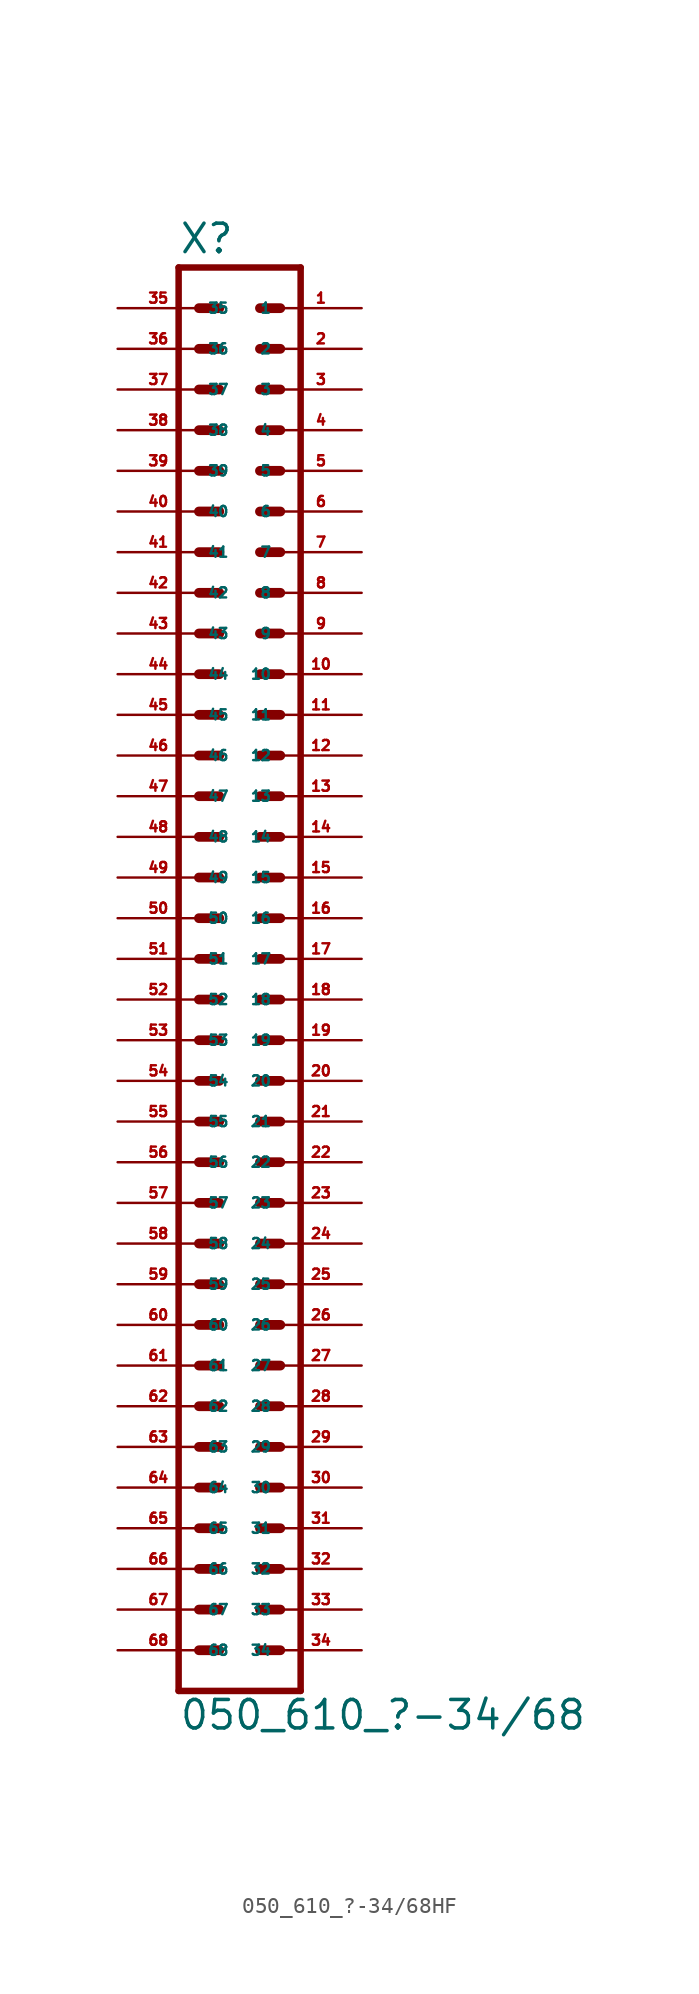
<source format=kicad_sym>
(kicad_symbol_lib
  (version 20220914)
  (generator Eagle2Kicad)
  (symbol "050_610_?-34/68HF"
    (property "Reference" "X"
      (at -3.81 43.942 0)
      (effects (font (size 1.778 1.778) (thickness 0.22)) (justify left bottom)))
    (property "Value" "050_610_?-34/68"
      (at -3.81 -48.26 0)
      (effects (font (size 1.778 1.778) (thickness 0.22)) (justify left bottom)))
    (polyline
      (pts (xy 3.81 -45.72) (xy -3.81 -45.72))
      (stroke (width 0.406) (type default))
      (fill (type none)))
    (polyline
      (pts (xy -3.81 43.18) (xy -3.81 -45.72))
      (stroke (width 0.406) (type default))
      (fill (type none)))
    (polyline
      (pts (xy 3.81 -45.72) (xy 3.81 43.18))
      (stroke (width 0.406) (type default))
      (fill (type none)))
    (polyline
      (pts (xy -3.81 43.18) (xy 3.81 43.18))
      (stroke (width 0.406) (type default))
      (fill (type none)))
    (polyline
      (pts (xy 1.27 40.64) (xy 2.54 40.64))
      (stroke (width 0.61) (type default))
      (fill (type none)))
    (polyline
      (pts (xy 1.27 38.1) (xy 2.54 38.1))
      (stroke (width 0.61) (type default))
      (fill (type none)))
    (polyline
      (pts (xy 1.27 35.56) (xy 2.54 35.56))
      (stroke (width 0.61) (type default))
      (fill (type none)))
    (polyline
      (pts (xy 1.27 33.02) (xy 2.54 33.02))
      (stroke (width 0.61) (type default))
      (fill (type none)))
    (polyline
      (pts (xy 1.27 30.48) (xy 2.54 30.48))
      (stroke (width 0.61) (type default))
      (fill (type none)))
    (polyline
      (pts (xy 1.27 27.94) (xy 2.54 27.94))
      (stroke (width 0.61) (type default))
      (fill (type none)))
    (polyline
      (pts (xy 1.27 25.4) (xy 2.54 25.4))
      (stroke (width 0.61) (type default))
      (fill (type none)))
    (polyline
      (pts (xy 1.27 22.86) (xy 2.54 22.86))
      (stroke (width 0.61) (type default))
      (fill (type none)))
    (polyline
      (pts (xy 1.27 20.32) (xy 2.54 20.32))
      (stroke (width 0.61) (type default))
      (fill (type none)))
    (polyline
      (pts (xy 1.27 17.78) (xy 2.54 17.78))
      (stroke (width 0.61) (type default))
      (fill (type none)))
    (polyline
      (pts (xy 1.27 15.24) (xy 2.54 15.24))
      (stroke (width 0.61) (type default))
      (fill (type none)))
    (polyline
      (pts (xy 1.27 12.7) (xy 2.54 12.7))
      (stroke (width 0.61) (type default))
      (fill (type none)))
    (polyline
      (pts (xy 1.27 10.16) (xy 2.54 10.16))
      (stroke (width 0.61) (type default))
      (fill (type none)))
    (polyline
      (pts (xy 1.27 7.62) (xy 2.54 7.62))
      (stroke (width 0.61) (type default))
      (fill (type none)))
    (polyline
      (pts (xy 1.27 5.08) (xy 2.54 5.08))
      (stroke (width 0.61) (type default))
      (fill (type none)))
    (polyline
      (pts (xy 1.27 2.54) (xy 2.54 2.54))
      (stroke (width 0.61) (type default))
      (fill (type none)))
    (polyline
      (pts (xy 1.27 0) (xy 2.54 0))
      (stroke (width 0.61) (type default))
      (fill (type none)))
    (polyline
      (pts (xy 1.27 -2.54) (xy 2.54 -2.54))
      (stroke (width 0.61) (type default))
      (fill (type none)))
    (polyline
      (pts (xy 1.27 -5.08) (xy 2.54 -5.08))
      (stroke (width 0.61) (type default))
      (fill (type none)))
    (polyline
      (pts (xy 1.27 -7.62) (xy 2.54 -7.62))
      (stroke (width 0.61) (type default))
      (fill (type none)))
    (polyline
      (pts (xy 1.27 -10.16) (xy 2.54 -10.16))
      (stroke (width 0.61) (type default))
      (fill (type none)))
    (polyline
      (pts (xy 1.27 -12.7) (xy 2.54 -12.7))
      (stroke (width 0.61) (type default))
      (fill (type none)))
    (polyline
      (pts (xy 1.27 -15.24) (xy 2.54 -15.24))
      (stroke (width 0.61) (type default))
      (fill (type none)))
    (polyline
      (pts (xy 1.27 -17.78) (xy 2.54 -17.78))
      (stroke (width 0.61) (type default))
      (fill (type none)))
    (polyline
      (pts (xy 1.27 -20.32) (xy 2.54 -20.32))
      (stroke (width 0.61) (type default))
      (fill (type none)))
    (polyline
      (pts (xy 1.27 -22.86) (xy 2.54 -22.86))
      (stroke (width 0.61) (type default))
      (fill (type none)))
    (polyline
      (pts (xy 1.27 -25.4) (xy 2.54 -25.4))
      (stroke (width 0.61) (type default))
      (fill (type none)))
    (polyline
      (pts (xy 1.27 -27.94) (xy 2.54 -27.94))
      (stroke (width 0.61) (type default))
      (fill (type none)))
    (polyline
      (pts (xy 1.27 -30.48) (xy 2.54 -30.48))
      (stroke (width 0.61) (type default))
      (fill (type none)))
    (polyline
      (pts (xy 1.27 -33.02) (xy 2.54 -33.02))
      (stroke (width 0.61) (type default))
      (fill (type none)))
    (polyline
      (pts (xy 1.27 -35.56) (xy 2.54 -35.56))
      (stroke (width 0.61) (type default))
      (fill (type none)))
    (polyline
      (pts (xy 1.27 -38.1) (xy 2.54 -38.1))
      (stroke (width 0.61) (type default))
      (fill (type none)))
    (polyline
      (pts (xy 1.27 -40.64) (xy 2.54 -40.64))
      (stroke (width 0.61) (type default))
      (fill (type none)))
    (polyline
      (pts (xy 1.27 -43.18) (xy 2.54 -43.18))
      (stroke (width 0.61) (type default))
      (fill (type none)))
    (polyline
      (pts (xy -1.27 40.64) (xy -2.54 40.64))
      (stroke (width 0.61) (type default))
      (fill (type none)))
    (polyline
      (pts (xy -1.27 38.1) (xy -2.54 38.1))
      (stroke (width 0.61) (type default))
      (fill (type none)))
    (polyline
      (pts (xy -1.27 35.56) (xy -2.54 35.56))
      (stroke (width 0.61) (type default))
      (fill (type none)))
    (polyline
      (pts (xy -1.27 33.02) (xy -2.54 33.02))
      (stroke (width 0.61) (type default))
      (fill (type none)))
    (polyline
      (pts (xy -1.27 30.48) (xy -2.54 30.48))
      (stroke (width 0.61) (type default))
      (fill (type none)))
    (polyline
      (pts (xy -1.27 27.94) (xy -2.54 27.94))
      (stroke (width 0.61) (type default))
      (fill (type none)))
    (polyline
      (pts (xy -1.27 25.4) (xy -2.54 25.4))
      (stroke (width 0.61) (type default))
      (fill (type none)))
    (polyline
      (pts (xy -1.27 22.86) (xy -2.54 22.86))
      (stroke (width 0.61) (type default))
      (fill (type none)))
    (polyline
      (pts (xy -1.27 20.32) (xy -2.54 20.32))
      (stroke (width 0.61) (type default))
      (fill (type none)))
    (polyline
      (pts (xy -1.27 17.78) (xy -2.54 17.78))
      (stroke (width 0.61) (type default))
      (fill (type none)))
    (polyline
      (pts (xy -1.27 15.24) (xy -2.54 15.24))
      (stroke (width 0.61) (type default))
      (fill (type none)))
    (polyline
      (pts (xy -1.27 12.7) (xy -2.54 12.7))
      (stroke (width 0.61) (type default))
      (fill (type none)))
    (polyline
      (pts (xy -1.27 10.16) (xy -2.54 10.16))
      (stroke (width 0.61) (type default))
      (fill (type none)))
    (polyline
      (pts (xy -1.27 7.62) (xy -2.54 7.62))
      (stroke (width 0.61) (type default))
      (fill (type none)))
    (polyline
      (pts (xy -1.27 5.08) (xy -2.54 5.08))
      (stroke (width 0.61) (type default))
      (fill (type none)))
    (polyline
      (pts (xy -1.27 2.54) (xy -2.54 2.54))
      (stroke (width 0.61) (type default))
      (fill (type none)))
    (polyline
      (pts (xy -1.27 0) (xy -2.54 0))
      (stroke (width 0.61) (type default))
      (fill (type none)))
    (polyline
      (pts (xy -1.27 -2.54) (xy -2.54 -2.54))
      (stroke (width 0.61) (type default))
      (fill (type none)))
    (polyline
      (pts (xy -1.27 -5.08) (xy -2.54 -5.08))
      (stroke (width 0.61) (type default))
      (fill (type none)))
    (polyline
      (pts (xy -1.27 -7.62) (xy -2.54 -7.62))
      (stroke (width 0.61) (type default))
      (fill (type none)))
    (polyline
      (pts (xy -1.27 -10.16) (xy -2.54 -10.16))
      (stroke (width 0.61) (type default))
      (fill (type none)))
    (polyline
      (pts (xy -1.27 -12.7) (xy -2.54 -12.7))
      (stroke (width 0.61) (type default))
      (fill (type none)))
    (polyline
      (pts (xy -1.27 -15.24) (xy -2.54 -15.24))
      (stroke (width 0.61) (type default))
      (fill (type none)))
    (polyline
      (pts (xy -1.27 -17.78) (xy -2.54 -17.78))
      (stroke (width 0.61) (type default))
      (fill (type none)))
    (polyline
      (pts (xy -1.27 -20.32) (xy -2.54 -20.32))
      (stroke (width 0.61) (type default))
      (fill (type none)))
    (polyline
      (pts (xy -1.27 -22.86) (xy -2.54 -22.86))
      (stroke (width 0.61) (type default))
      (fill (type none)))
    (polyline
      (pts (xy -1.27 -25.4) (xy -2.54 -25.4))
      (stroke (width 0.61) (type default))
      (fill (type none)))
    (polyline
      (pts (xy -1.27 -27.94) (xy -2.54 -27.94))
      (stroke (width 0.61) (type default))
      (fill (type none)))
    (polyline
      (pts (xy -1.27 -30.48) (xy -2.54 -30.48))
      (stroke (width 0.61) (type default))
      (fill (type none)))
    (polyline
      (pts (xy -1.27 -33.02) (xy -2.54 -33.02))
      (stroke (width 0.61) (type default))
      (fill (type none)))
    (polyline
      (pts (xy -1.27 -35.56) (xy -2.54 -35.56))
      (stroke (width 0.61) (type default))
      (fill (type none)))
    (polyline
      (pts (xy -1.27 -38.1) (xy -2.54 -38.1))
      (stroke (width 0.61) (type default))
      (fill (type none)))
    (polyline
      (pts (xy -1.27 -40.64) (xy -2.54 -40.64))
      (stroke (width 0.61) (type default))
      (fill (type none)))
    (polyline
      (pts (xy -1.27 -43.18) (xy -2.54 -43.18))
      (stroke (width 0.61) (type default))
      (fill (type none)))
    (pin passive line
      (at 7.62 40.64 180)
      (length 5.08)
      (name "1" (effects (font (size 0.635 0.635) (thickness 0.08)) (justify left bottom)))
      (number "1" (effects (font (size 0.635 0.635) (thickness 0.08)) (justify left bottom))))
    (pin passive line
      (at 7.62 38.1 180)
      (length 5.08)
      (name "2" (effects (font (size 0.635 0.635) (thickness 0.08)) (justify left bottom)))
      (number "2" (effects (font (size 0.635 0.635) (thickness 0.08)) (justify left bottom))))
    (pin passive line
      (at 7.62 35.56 180)
      (length 5.08)
      (name "3" (effects (font (size 0.635 0.635) (thickness 0.08)) (justify left bottom)))
      (number "3" (effects (font (size 0.635 0.635) (thickness 0.08)) (justify left bottom))))
    (pin passive line
      (at 7.62 33.02 180)
      (length 5.08)
      (name "4" (effects (font (size 0.635 0.635) (thickness 0.08)) (justify left bottom)))
      (number "4" (effects (font (size 0.635 0.635) (thickness 0.08)) (justify left bottom))))
    (pin passive line
      (at 7.62 30.48 180)
      (length 5.08)
      (name "5" (effects (font (size 0.635 0.635) (thickness 0.08)) (justify left bottom)))
      (number "5" (effects (font (size 0.635 0.635) (thickness 0.08)) (justify left bottom))))
    (pin passive line
      (at 7.62 27.94 180)
      (length 5.08)
      (name "6" (effects (font (size 0.635 0.635) (thickness 0.08)) (justify left bottom)))
      (number "6" (effects (font (size 0.635 0.635) (thickness 0.08)) (justify left bottom))))
    (pin passive line
      (at 7.62 25.4 180)
      (length 5.08)
      (name "7" (effects (font (size 0.635 0.635) (thickness 0.08)) (justify left bottom)))
      (number "7" (effects (font (size 0.635 0.635) (thickness 0.08)) (justify left bottom))))
    (pin passive line
      (at 7.62 22.86 180)
      (length 5.08)
      (name "8" (effects (font (size 0.635 0.635) (thickness 0.08)) (justify left bottom)))
      (number "8" (effects (font (size 0.635 0.635) (thickness 0.08)) (justify left bottom))))
    (pin passive line
      (at 7.62 20.32 180)
      (length 5.08)
      (name "9" (effects (font (size 0.635 0.635) (thickness 0.08)) (justify left bottom)))
      (number "9" (effects (font (size 0.635 0.635) (thickness 0.08)) (justify left bottom))))
    (pin passive line
      (at 7.62 17.78 180)
      (length 5.08)
      (name "10" (effects (font (size 0.635 0.635) (thickness 0.08)) (justify left bottom)))
      (number "10" (effects (font (size 0.635 0.635) (thickness 0.08)) (justify left bottom))))
    (pin passive line
      (at 7.62 15.24 180)
      (length 5.08)
      (name "11" (effects (font (size 0.635 0.635) (thickness 0.08)) (justify left bottom)))
      (number "11" (effects (font (size 0.635 0.635) (thickness 0.08)) (justify left bottom))))
    (pin passive line
      (at 7.62 12.7 180)
      (length 5.08)
      (name "12" (effects (font (size 0.635 0.635) (thickness 0.08)) (justify left bottom)))
      (number "12" (effects (font (size 0.635 0.635) (thickness 0.08)) (justify left bottom))))
    (pin passive line
      (at 7.62 10.16 180)
      (length 5.08)
      (name "13" (effects (font (size 0.635 0.635) (thickness 0.08)) (justify left bottom)))
      (number "13" (effects (font (size 0.635 0.635) (thickness 0.08)) (justify left bottom))))
    (pin passive line
      (at 7.62 7.62 180)
      (length 5.08)
      (name "14" (effects (font (size 0.635 0.635) (thickness 0.08)) (justify left bottom)))
      (number "14" (effects (font (size 0.635 0.635) (thickness 0.08)) (justify left bottom))))
    (pin passive line
      (at 7.62 5.08 180)
      (length 5.08)
      (name "15" (effects (font (size 0.635 0.635) (thickness 0.08)) (justify left bottom)))
      (number "15" (effects (font (size 0.635 0.635) (thickness 0.08)) (justify left bottom))))
    (pin passive line
      (at 7.62 2.54 180)
      (length 5.08)
      (name "16" (effects (font (size 0.635 0.635) (thickness 0.08)) (justify left bottom)))
      (number "16" (effects (font (size 0.635 0.635) (thickness 0.08)) (justify left bottom))))
    (pin passive line
      (at 7.62 0 180)
      (length 5.08)
      (name "17" (effects (font (size 0.635 0.635) (thickness 0.08)) (justify left bottom)))
      (number "17" (effects (font (size 0.635 0.635) (thickness 0.08)) (justify left bottom))))
    (pin passive line
      (at 7.62 -2.54 180)
      (length 5.08)
      (name "18" (effects (font (size 0.635 0.635) (thickness 0.08)) (justify left bottom)))
      (number "18" (effects (font (size 0.635 0.635) (thickness 0.08)) (justify left bottom))))
    (pin passive line
      (at 7.62 -5.08 180)
      (length 5.08)
      (name "19" (effects (font (size 0.635 0.635) (thickness 0.08)) (justify left bottom)))
      (number "19" (effects (font (size 0.635 0.635) (thickness 0.08)) (justify left bottom))))
    (pin passive line
      (at 7.62 -7.62 180)
      (length 5.08)
      (name "20" (effects (font (size 0.635 0.635) (thickness 0.08)) (justify left bottom)))
      (number "20" (effects (font (size 0.635 0.635) (thickness 0.08)) (justify left bottom))))
    (pin passive line
      (at 7.62 -10.16 180)
      (length 5.08)
      (name "21" (effects (font (size 0.635 0.635) (thickness 0.08)) (justify left bottom)))
      (number "21" (effects (font (size 0.635 0.635) (thickness 0.08)) (justify left bottom))))
    (pin passive line
      (at 7.62 -12.7 180)
      (length 5.08)
      (name "22" (effects (font (size 0.635 0.635) (thickness 0.08)) (justify left bottom)))
      (number "22" (effects (font (size 0.635 0.635) (thickness 0.08)) (justify left bottom))))
    (pin passive line
      (at 7.62 -15.24 180)
      (length 5.08)
      (name "23" (effects (font (size 0.635 0.635) (thickness 0.08)) (justify left bottom)))
      (number "23" (effects (font (size 0.635 0.635) (thickness 0.08)) (justify left bottom))))
    (pin passive line
      (at 7.62 -17.78 180)
      (length 5.08)
      (name "24" (effects (font (size 0.635 0.635) (thickness 0.08)) (justify left bottom)))
      (number "24" (effects (font (size 0.635 0.635) (thickness 0.08)) (justify left bottom))))
    (pin passive line
      (at 7.62 -20.32 180)
      (length 5.08)
      (name "25" (effects (font (size 0.635 0.635) (thickness 0.08)) (justify left bottom)))
      (number "25" (effects (font (size 0.635 0.635) (thickness 0.08)) (justify left bottom))))
    (pin passive line
      (at 7.62 -22.86 180)
      (length 5.08)
      (name "26" (effects (font (size 0.635 0.635) (thickness 0.08)) (justify left bottom)))
      (number "26" (effects (font (size 0.635 0.635) (thickness 0.08)) (justify left bottom))))
    (pin passive line
      (at 7.62 -25.4 180)
      (length 5.08)
      (name "27" (effects (font (size 0.635 0.635) (thickness 0.08)) (justify left bottom)))
      (number "27" (effects (font (size 0.635 0.635) (thickness 0.08)) (justify left bottom))))
    (pin passive line
      (at 7.62 -27.94 180)
      (length 5.08)
      (name "28" (effects (font (size 0.635 0.635) (thickness 0.08)) (justify left bottom)))
      (number "28" (effects (font (size 0.635 0.635) (thickness 0.08)) (justify left bottom))))
    (pin passive line
      (at 7.62 -30.48 180)
      (length 5.08)
      (name "29" (effects (font (size 0.635 0.635) (thickness 0.08)) (justify left bottom)))
      (number "29" (effects (font (size 0.635 0.635) (thickness 0.08)) (justify left bottom))))
    (pin passive line
      (at 7.62 -33.02 180)
      (length 5.08)
      (name "30" (effects (font (size 0.635 0.635) (thickness 0.08)) (justify left bottom)))
      (number "30" (effects (font (size 0.635 0.635) (thickness 0.08)) (justify left bottom))))
    (pin passive line
      (at 7.62 -35.56 180)
      (length 5.08)
      (name "31" (effects (font (size 0.635 0.635) (thickness 0.08)) (justify left bottom)))
      (number "31" (effects (font (size 0.635 0.635) (thickness 0.08)) (justify left bottom))))
    (pin passive line
      (at 7.62 -38.1 180)
      (length 5.08)
      (name "32" (effects (font (size 0.635 0.635) (thickness 0.08)) (justify left bottom)))
      (number "32" (effects (font (size 0.635 0.635) (thickness 0.08)) (justify left bottom))))
    (pin passive line
      (at 7.62 -40.64 180)
      (length 5.08)
      (name "33" (effects (font (size 0.635 0.635) (thickness 0.08)) (justify left bottom)))
      (number "33" (effects (font (size 0.635 0.635) (thickness 0.08)) (justify left bottom))))
    (pin passive line
      (at 7.62 -43.18 180)
      (length 5.08)
      (name "34" (effects (font (size 0.635 0.635) (thickness 0.08)) (justify left bottom)))
      (number "34" (effects (font (size 0.635 0.635) (thickness 0.08)) (justify left bottom))))
    (pin passive line
      (at -7.62 40.64 0)
      (length 5.08)
      (name "35" (effects (font (size 0.635 0.635) (thickness 0.08)) (justify left bottom)))
      (number "35" (effects (font (size 0.635 0.635) (thickness 0.08)) (justify left bottom))))
    (pin passive line
      (at -7.62 38.1 0)
      (length 5.08)
      (name "36" (effects (font (size 0.635 0.635) (thickness 0.08)) (justify left bottom)))
      (number "36" (effects (font (size 0.635 0.635) (thickness 0.08)) (justify left bottom))))
    (pin passive line
      (at -7.62 35.56 0)
      (length 5.08)
      (name "37" (effects (font (size 0.635 0.635) (thickness 0.08)) (justify left bottom)))
      (number "37" (effects (font (size 0.635 0.635) (thickness 0.08)) (justify left bottom))))
    (pin passive line
      (at -7.62 33.02 0)
      (length 5.08)
      (name "38" (effects (font (size 0.635 0.635) (thickness 0.08)) (justify left bottom)))
      (number "38" (effects (font (size 0.635 0.635) (thickness 0.08)) (justify left bottom))))
    (pin passive line
      (at -7.62 30.48 0)
      (length 5.08)
      (name "39" (effects (font (size 0.635 0.635) (thickness 0.08)) (justify left bottom)))
      (number "39" (effects (font (size 0.635 0.635) (thickness 0.08)) (justify left bottom))))
    (pin passive line
      (at -7.62 27.94 0)
      (length 5.08)
      (name "40" (effects (font (size 0.635 0.635) (thickness 0.08)) (justify left bottom)))
      (number "40" (effects (font (size 0.635 0.635) (thickness 0.08)) (justify left bottom))))
    (pin passive line
      (at -7.62 25.4 0)
      (length 5.08)
      (name "41" (effects (font (size 0.635 0.635) (thickness 0.08)) (justify left bottom)))
      (number "41" (effects (font (size 0.635 0.635) (thickness 0.08)) (justify left bottom))))
    (pin passive line
      (at -7.62 22.86 0)
      (length 5.08)
      (name "42" (effects (font (size 0.635 0.635) (thickness 0.08)) (justify left bottom)))
      (number "42" (effects (font (size 0.635 0.635) (thickness 0.08)) (justify left bottom))))
    (pin passive line
      (at -7.62 20.32 0)
      (length 5.08)
      (name "43" (effects (font (size 0.635 0.635) (thickness 0.08)) (justify left bottom)))
      (number "43" (effects (font (size 0.635 0.635) (thickness 0.08)) (justify left bottom))))
    (pin passive line
      (at -7.62 17.78 0)
      (length 5.08)
      (name "44" (effects (font (size 0.635 0.635) (thickness 0.08)) (justify left bottom)))
      (number "44" (effects (font (size 0.635 0.635) (thickness 0.08)) (justify left bottom))))
    (pin passive line
      (at -7.62 15.24 0)
      (length 5.08)
      (name "45" (effects (font (size 0.635 0.635) (thickness 0.08)) (justify left bottom)))
      (number "45" (effects (font (size 0.635 0.635) (thickness 0.08)) (justify left bottom))))
    (pin passive line
      (at -7.62 12.7 0)
      (length 5.08)
      (name "46" (effects (font (size 0.635 0.635) (thickness 0.08)) (justify left bottom)))
      (number "46" (effects (font (size 0.635 0.635) (thickness 0.08)) (justify left bottom))))
    (pin passive line
      (at -7.62 10.16 0)
      (length 5.08)
      (name "47" (effects (font (size 0.635 0.635) (thickness 0.08)) (justify left bottom)))
      (number "47" (effects (font (size 0.635 0.635) (thickness 0.08)) (justify left bottom))))
    (pin passive line
      (at -7.62 7.62 0)
      (length 5.08)
      (name "48" (effects (font (size 0.635 0.635) (thickness 0.08)) (justify left bottom)))
      (number "48" (effects (font (size 0.635 0.635) (thickness 0.08)) (justify left bottom))))
    (pin passive line
      (at -7.62 5.08 0)
      (length 5.08)
      (name "49" (effects (font (size 0.635 0.635) (thickness 0.08)) (justify left bottom)))
      (number "49" (effects (font (size 0.635 0.635) (thickness 0.08)) (justify left bottom))))
    (pin passive line
      (at -7.62 2.54 0)
      (length 5.08)
      (name "50" (effects (font (size 0.635 0.635) (thickness 0.08)) (justify left bottom)))
      (number "50" (effects (font (size 0.635 0.635) (thickness 0.08)) (justify left bottom))))
    (pin passive line
      (at -7.62 0 0)
      (length 5.08)
      (name "51" (effects (font (size 0.635 0.635) (thickness 0.08)) (justify left bottom)))
      (number "51" (effects (font (size 0.635 0.635) (thickness 0.08)) (justify left bottom))))
    (pin passive line
      (at -7.62 -2.54 0)
      (length 5.08)
      (name "52" (effects (font (size 0.635 0.635) (thickness 0.08)) (justify left bottom)))
      (number "52" (effects (font (size 0.635 0.635) (thickness 0.08)) (justify left bottom))))
    (pin passive line
      (at -7.62 -5.08 0)
      (length 5.08)
      (name "53" (effects (font (size 0.635 0.635) (thickness 0.08)) (justify left bottom)))
      (number "53" (effects (font (size 0.635 0.635) (thickness 0.08)) (justify left bottom))))
    (pin passive line
      (at -7.62 -7.62 0)
      (length 5.08)
      (name "54" (effects (font (size 0.635 0.635) (thickness 0.08)) (justify left bottom)))
      (number "54" (effects (font (size 0.635 0.635) (thickness 0.08)) (justify left bottom))))
    (pin passive line
      (at -7.62 -10.16 0)
      (length 5.08)
      (name "55" (effects (font (size 0.635 0.635) (thickness 0.08)) (justify left bottom)))
      (number "55" (effects (font (size 0.635 0.635) (thickness 0.08)) (justify left bottom))))
    (pin passive line
      (at -7.62 -12.7 0)
      (length 5.08)
      (name "56" (effects (font (size 0.635 0.635) (thickness 0.08)) (justify left bottom)))
      (number "56" (effects (font (size 0.635 0.635) (thickness 0.08)) (justify left bottom))))
    (pin passive line
      (at -7.62 -15.24 0)
      (length 5.08)
      (name "57" (effects (font (size 0.635 0.635) (thickness 0.08)) (justify left bottom)))
      (number "57" (effects (font (size 0.635 0.635) (thickness 0.08)) (justify left bottom))))
    (pin passive line
      (at -7.62 -17.78 0)
      (length 5.08)
      (name "58" (effects (font (size 0.635 0.635) (thickness 0.08)) (justify left bottom)))
      (number "58" (effects (font (size 0.635 0.635) (thickness 0.08)) (justify left bottom))))
    (pin passive line
      (at -7.62 -20.32 0)
      (length 5.08)
      (name "59" (effects (font (size 0.635 0.635) (thickness 0.08)) (justify left bottom)))
      (number "59" (effects (font (size 0.635 0.635) (thickness 0.08)) (justify left bottom))))
    (pin passive line
      (at -7.62 -22.86 0)
      (length 5.08)
      (name "60" (effects (font (size 0.635 0.635) (thickness 0.08)) (justify left bottom)))
      (number "60" (effects (font (size 0.635 0.635) (thickness 0.08)) (justify left bottom))))
    (pin passive line
      (at -7.62 -25.4 0)
      (length 5.08)
      (name "61" (effects (font (size 0.635 0.635) (thickness 0.08)) (justify left bottom)))
      (number "61" (effects (font (size 0.635 0.635) (thickness 0.08)) (justify left bottom))))
    (pin passive line
      (at -7.62 -27.94 0)
      (length 5.08)
      (name "62" (effects (font (size 0.635 0.635) (thickness 0.08)) (justify left bottom)))
      (number "62" (effects (font (size 0.635 0.635) (thickness 0.08)) (justify left bottom))))
    (pin passive line
      (at -7.62 -30.48 0)
      (length 5.08)
      (name "63" (effects (font (size 0.635 0.635) (thickness 0.08)) (justify left bottom)))
      (number "63" (effects (font (size 0.635 0.635) (thickness 0.08)) (justify left bottom))))
    (pin passive line
      (at -7.62 -33.02 0)
      (length 5.08)
      (name "64" (effects (font (size 0.635 0.635) (thickness 0.08)) (justify left bottom)))
      (number "64" (effects (font (size 0.635 0.635) (thickness 0.08)) (justify left bottom))))
    (pin passive line
      (at -7.62 -35.56 0)
      (length 5.08)
      (name "65" (effects (font (size 0.635 0.635) (thickness 0.08)) (justify left bottom)))
      (number "65" (effects (font (size 0.635 0.635) (thickness 0.08)) (justify left bottom))))
    (pin passive line
      (at -7.62 -38.1 0)
      (length 5.08)
      (name "66" (effects (font (size 0.635 0.635) (thickness 0.08)) (justify left bottom)))
      (number "66" (effects (font (size 0.635 0.635) (thickness 0.08)) (justify left bottom))))
    (pin passive line
      (at -7.62 -40.64 0)
      (length 5.08)
      (name "67" (effects (font (size 0.635 0.635) (thickness 0.08)) (justify left bottom)))
      (number "67" (effects (font (size 0.635 0.635) (thickness 0.08)) (justify left bottom))))
    (pin passive line
      (at -7.62 -43.18 0)
      (length 5.08)
      (name "68" (effects (font (size 0.635 0.635) (thickness 0.08)) (justify left bottom)))
      (number "68" (effects (font (size 0.635 0.635) (thickness 0.08)) (justify left bottom))))))
</source>
